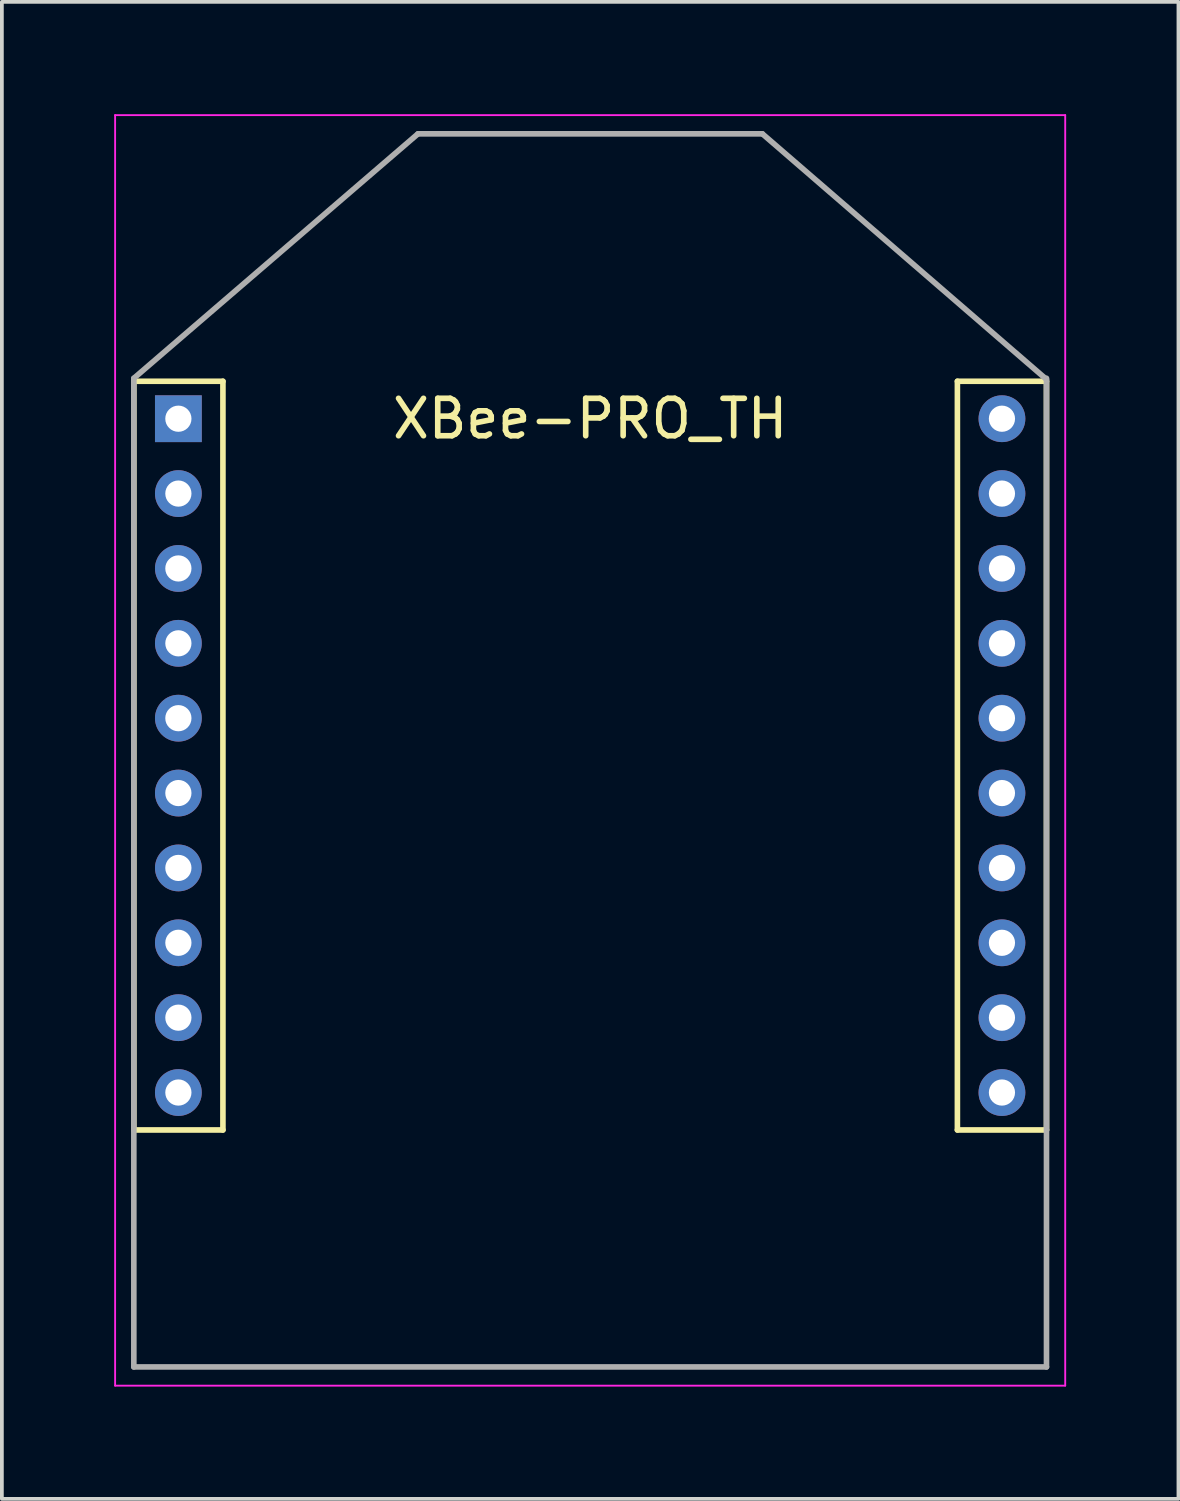
<source format=kicad_pcb>
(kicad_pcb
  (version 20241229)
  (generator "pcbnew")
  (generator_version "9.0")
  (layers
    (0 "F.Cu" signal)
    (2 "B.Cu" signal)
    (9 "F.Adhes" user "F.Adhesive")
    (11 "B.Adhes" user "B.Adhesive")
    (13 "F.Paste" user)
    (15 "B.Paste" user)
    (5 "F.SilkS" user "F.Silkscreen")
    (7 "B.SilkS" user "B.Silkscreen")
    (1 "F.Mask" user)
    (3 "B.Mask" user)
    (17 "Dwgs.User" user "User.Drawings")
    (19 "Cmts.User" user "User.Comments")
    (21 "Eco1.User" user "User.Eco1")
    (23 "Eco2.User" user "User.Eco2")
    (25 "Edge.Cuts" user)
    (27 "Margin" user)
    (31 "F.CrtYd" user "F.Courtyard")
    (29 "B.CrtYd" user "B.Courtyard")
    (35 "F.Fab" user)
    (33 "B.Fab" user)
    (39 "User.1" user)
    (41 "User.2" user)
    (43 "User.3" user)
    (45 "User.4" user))
  (footprint "XBee-PRO_TH"
    (layer "F.Cu")
    (at 12.715 17.135)
    (property "Reference" "XBee-PRO_TH" (at 0 -9 0) (layer "F.SilkS") (effects (font (size 1 1) (thickness 0.15))))
    (attr smd)
    (fp_line (start -12.19 -10) (end -12.19 10) (stroke (width 0.15) (type solid)) (layer "F.SilkS"))
    (fp_line (start -12.19 -10) (end -9.81 -10) (stroke (width 0.15) (type solid)) (layer "F.SilkS"))
    (fp_line (start -12.19 10) (end -9.81 10) (stroke (width 0.15) (type solid)) (layer "F.SilkS"))
    (fp_line (start -9.81 -10) (end -9.81 10) (stroke (width 0.15) (type solid)) (layer "F.SilkS"))
    (fp_line (start 9.81 -10) (end 9.81 10) (stroke (width 0.15) (type solid)) (layer "F.SilkS"))
    (fp_line (start 9.81 -10) (end 12.19 -10) (stroke (width 0.15) (type solid)) (layer "F.SilkS"))
    (fp_line (start 9.81 10) (end 12.19 10) (stroke (width 0.15) (type solid)) (layer "F.SilkS"))
    (fp_line (start 12.19 -10) (end 12.19 10) (stroke (width 0.15) (type solid)) (layer "F.SilkS"))
    (fp_line (start -12.69 -17.11) (end -12.69 16.83) (stroke (width 0.05) (type solid)) (layer "F.CrtYd"))
    (fp_line (start -12.69 -17.11) (end 12.69 -17.11) (stroke (width 0.05) (type solid)) (layer "F.CrtYd"))
    (fp_line (start -12.69 16.83) (end 12.69 16.83) (stroke (width 0.05) (type solid)) (layer "F.CrtYd"))
    (fp_line (start 12.69 -17.11) (end 12.69 16.83) (stroke (width 0.05) (type solid)) (layer "F.CrtYd"))
    (fp_line (start -12.19 -10.08) (end -12.19 16.33) (stroke (width 0.15) (type solid)) (layer "F.Fab"))
    (fp_line (start -12.19 16.33) (end 12.19 16.33) (stroke (width 0.15) (type solid)) (layer "F.Fab"))
    (fp_line (start -4.6 -16.61) (end -12.19 -10.08) (stroke (width 0.15) (type solid)) (layer "F.Fab"))
    (fp_line (start -4.6 -16.61) (end 4.6 -16.61) (stroke (width 0.15) (type solid)) (layer "F.Fab"))
    (fp_line (start 4.6 -16.61) (end 12.19 -10.05) (stroke (width 0.15) (type solid)) (layer "F.Fab"))
    (fp_line (start 12.19 -10.08) (end 12.19 16.33) (stroke (width 0.15) (type solid)) (layer "F.Fab"))
    (pad "1" thru_hole rect (at -11 -9) (size 1.25 1.25) (drill 0.7) (layers "*.Cu" "*.Mask"))
    (pad "2" thru_hole circle (at -11 -7) (size 1.25 1.25) (drill 0.7) (layers "*.Cu" "*.Mask"))
    (pad "3" thru_hole circle (at -11 -5) (size 1.25 1.25) (drill 0.7) (layers "*.Cu" "*.Mask"))
    (pad "4" thru_hole circle (at -11 -3) (size 1.25 1.25) (drill 0.7) (layers "*.Cu" "*.Mask"))
    (pad "5" thru_hole circle (at -11 -1) (size 1.25 1.25) (drill 0.7) (layers "*.Cu" "*.Mask"))
    (pad "6" thru_hole circle (at -11 1) (size 1.25 1.25) (drill 0.7) (layers "*.Cu" "*.Mask"))
    (pad "7" thru_hole circle (at -11 3) (size 1.25 1.25) (drill 0.7) (layers "*.Cu" "*.Mask"))
    (pad "8" thru_hole circle (at -11 5) (size 1.25 1.25) (drill 0.7) (layers "*.Cu" "*.Mask"))
    (pad "9" thru_hole circle (at -11 7) (size 1.25 1.25) (drill 0.7) (layers "*.Cu" "*.Mask"))
    (pad "10" thru_hole circle (at -11 9) (size 1.25 1.25) (drill 0.7) (layers "*.Cu" "*.Mask"))
    (pad "11" thru_hole circle (at 11 9) (size 1.25 1.25) (drill 0.7) (layers "*.Cu" "*.Mask"))
    (pad "12" thru_hole circle (at 11 7) (size 1.25 1.25) (drill 0.7) (layers "*.Cu" "*.Mask"))
    (pad "13" thru_hole circle (at 11 5) (size 1.25 1.25) (drill 0.7) (layers "*.Cu" "*.Mask"))
    (pad "14" thru_hole circle (at 11 3) (size 1.25 1.25) (drill 0.7) (layers "*.Cu" "*.Mask"))
    (pad "15" thru_hole circle (at 11 1) (size 1.25 1.25) (drill 0.7) (layers "*.Cu" "*.Mask"))
    (pad "16" thru_hole circle (at 11 -1) (size 1.25 1.25) (drill 0.7) (layers "*.Cu" "*.Mask"))
    (pad "17" thru_hole circle (at 11 -3) (size 1.25 1.25) (drill 0.7) (layers "*.Cu" "*.Mask"))
    (pad "18" thru_hole circle (at 11 -5) (size 1.25 1.25) (drill 0.7) (layers "*.Cu" "*.Mask"))
    (pad "19" thru_hole circle (at 11 -7) (size 1.25 1.25) (drill 0.7) (layers "*.Cu" "*.Mask"))
    (pad "20" thru_hole circle (at 11 -9) (size 1.25 1.25) (drill 0.7) (layers "*.Cu" "*.Mask")))
  (gr_rect
    (start -3 -3)
    (end 28.43 36.99)
    (stroke (width 0.1) (type default))
    (fill no)
    (layer "Edge.Cuts")))
</source>
